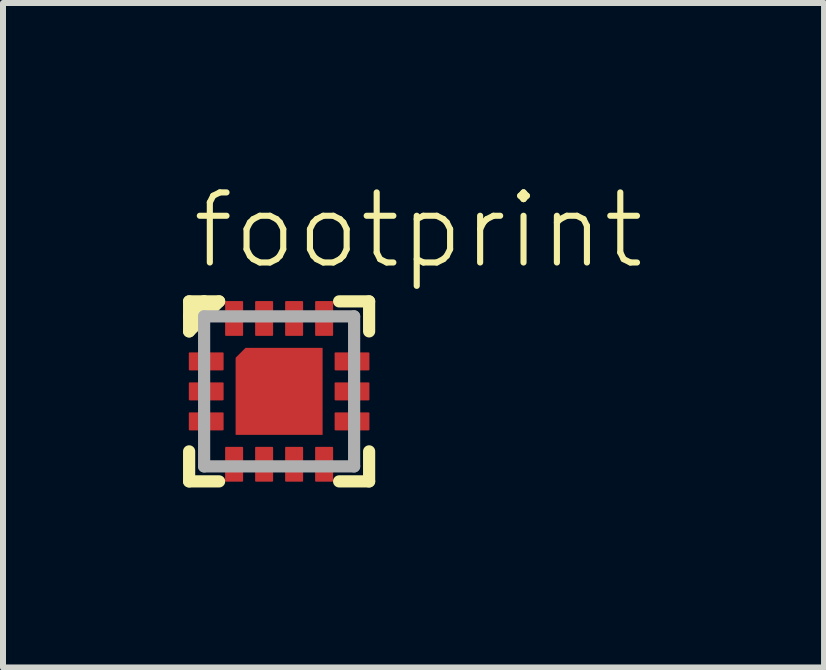
<source format=kicad_pcb>
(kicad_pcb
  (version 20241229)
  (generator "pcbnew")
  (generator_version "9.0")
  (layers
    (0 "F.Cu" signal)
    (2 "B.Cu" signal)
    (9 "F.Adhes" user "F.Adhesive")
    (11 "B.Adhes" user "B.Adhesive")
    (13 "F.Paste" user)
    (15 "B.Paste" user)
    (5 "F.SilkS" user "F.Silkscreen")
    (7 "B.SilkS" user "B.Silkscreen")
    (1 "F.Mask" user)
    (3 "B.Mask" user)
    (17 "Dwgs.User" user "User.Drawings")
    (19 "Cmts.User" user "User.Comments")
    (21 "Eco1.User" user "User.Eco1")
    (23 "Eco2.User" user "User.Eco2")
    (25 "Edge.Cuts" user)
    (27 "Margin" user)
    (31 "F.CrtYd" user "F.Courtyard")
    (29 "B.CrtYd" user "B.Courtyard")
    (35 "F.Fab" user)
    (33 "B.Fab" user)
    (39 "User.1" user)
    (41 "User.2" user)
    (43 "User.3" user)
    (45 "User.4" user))
  (footprint "footprint"
    (layer "F.Cu")
    (at 1.602 3.473)
    (property "Reference" "footprint" (at -1.5 -2 0) (layer "F.SilkS") (effects (font (size 1.168 1.168) (thickness 0.102)) (justify left bottom)))
    (fp_poly (pts (xy 0.725 0.725) (xy -0.725 0.725) (xy -0.725 -0.56) (xy -0.56 -0.725) (xy 0.725 -0.725)) (stroke (width 0) (type solid)) (fill yes) (layer "F.Cu"))
    (fp_poly (pts (xy 0.725 0.725) (xy -0.725 0.725) (xy -0.725 -0.56) (xy -0.56 -0.725) (xy 0.725 -0.725)) (stroke (width 0) (type solid)) (fill yes) (layer "F.Mask"))
    (fp_poly (pts (xy -0.88 -0.64) (xy -0.88 -0.36) (xy -0.935 -0.305) (xy -1.495 -0.305) (xy -1.55 -0.36) (xy -1.55 -0.64) (xy -1.495 -0.695) (xy -0.935 -0.695)) (stroke (width 0) (type solid)) (fill yes) (layer "F.Mask"))
    (fp_poly (pts (xy -0.88 -0.14) (xy -0.88 0.14) (xy -0.935 0.195) (xy -1.495 0.195) (xy -1.55 0.14) (xy -1.55 -0.14) (xy -1.495 -0.195) (xy -0.935 -0.195)) (stroke (width 0) (type solid)) (fill yes) (layer "F.Mask"))
    (fp_poly (pts (xy -0.88 0.36) (xy -0.88 0.64) (xy -0.935 0.695) (xy -1.495 0.695) (xy -1.55 0.64) (xy -1.55 0.36) (xy -1.495 0.305) (xy -0.935 0.305)) (stroke (width 0) (type solid)) (fill yes) (layer "F.Mask"))
    (fp_poly (pts (xy -0.555 -1.495) (xy -0.555 -0.935) (xy -0.61 -0.88) (xy -0.89 -0.88) (xy -0.945 -0.935) (xy -0.945 -1.495) (xy -0.89 -1.55) (xy -0.61 -1.55)) (stroke (width 0) (type solid)) (fill yes) (layer "F.Mask"))
    (fp_poly (pts (xy -0.555 0.935) (xy -0.555 1.495) (xy -0.61 1.55) (xy -0.89 1.55) (xy -0.945 1.495) (xy -0.945 0.935) (xy -0.89 0.88) (xy -0.61 0.88)) (stroke (width 0) (type solid)) (fill yes) (layer "F.Mask"))
    (fp_poly (pts (xy -0.055 -1.495) (xy -0.055 -0.935) (xy -0.11 -0.88) (xy -0.39 -0.88) (xy -0.445 -0.935) (xy -0.445 -1.495) (xy -0.39 -1.55) (xy -0.11 -1.55)) (stroke (width 0) (type solid)) (fill yes) (layer "F.Mask"))
    (fp_poly (pts (xy -0.055 0.935) (xy -0.055 1.495) (xy -0.11 1.55) (xy -0.39 1.55) (xy -0.445 1.495) (xy -0.445 0.935) (xy -0.39 0.88) (xy -0.11 0.88)) (stroke (width 0) (type solid)) (fill yes) (layer "F.Mask"))
    (fp_poly (pts (xy 0.445 -1.495) (xy 0.445 -0.935) (xy 0.39 -0.88) (xy 0.11 -0.88) (xy 0.055 -0.935) (xy 0.055 -1.495) (xy 0.11 -1.55) (xy 0.39 -1.55)) (stroke (width 0) (type solid)) (fill yes) (layer "F.Mask"))
    (fp_poly (pts (xy 0.445 0.935) (xy 0.445 1.495) (xy 0.39 1.55) (xy 0.11 1.55) (xy 0.055 1.495) (xy 0.055 0.935) (xy 0.11 0.88) (xy 0.39 0.88)) (stroke (width 0) (type solid)) (fill yes) (layer "F.Mask"))
    (fp_poly (pts (xy 0.945 -1.495) (xy 0.945 -0.935) (xy 0.89 -0.88) (xy 0.61 -0.88) (xy 0.555 -0.935) (xy 0.555 -1.495) (xy 0.61 -1.55) (xy 0.89 -1.55)) (stroke (width 0) (type solid)) (fill yes) (layer "F.Mask"))
    (fp_poly (pts (xy 0.945 0.935) (xy 0.945 1.495) (xy 0.89 1.55) (xy 0.61 1.55) (xy 0.555 1.495) (xy 0.555 0.935) (xy 0.61 0.88) (xy 0.89 0.88)) (stroke (width 0) (type solid)) (fill yes) (layer "F.Mask"))
    (fp_poly (pts (xy 1.55 -0.64) (xy 1.55 -0.36) (xy 1.495 -0.305) (xy 0.935 -0.305) (xy 0.88 -0.36) (xy 0.88 -0.64) (xy 0.935 -0.695) (xy 1.495 -0.695)) (stroke (width 0) (type solid)) (fill yes) (layer "F.Mask"))
    (fp_poly (pts (xy 1.55 -0.14) (xy 1.55 0.14) (xy 1.495 0.195) (xy 0.935 0.195) (xy 0.88 0.14) (xy 0.88 -0.14) (xy 0.935 -0.195) (xy 1.495 -0.195)) (stroke (width 0) (type solid)) (fill yes) (layer "F.Mask"))
    (fp_poly (pts (xy 1.55 0.36) (xy 1.55 0.64) (xy 1.495 0.695) (xy 0.935 0.695) (xy 0.88 0.64) (xy 0.88 0.36) (xy 0.935 0.305) (xy 1.495 0.305)) (stroke (width 0) (type solid)) (fill yes) (layer "F.Mask"))
    (fp_line (start -1.5 -1.5) (end -1.25 -1.5) (stroke (width 0.203) (type solid)) (layer "F.SilkS"))
    (fp_line (start -1.5 -1.25) (end -1.5 -1.5) (stroke (width 0.203) (type solid)) (layer "F.SilkS"))
    (fp_line (start -1.5 -1.25) (end -1.25 -1.5) (stroke (width 0.203) (type solid)) (layer "F.SilkS"))
    (fp_line (start -1.5 -1) (end -1.5 -1.25) (stroke (width 0.203) (type solid)) (layer "F.SilkS"))
    (fp_line (start -1.5 1) (end -1.5 1.5) (stroke (width 0.203) (type solid)) (layer "F.SilkS"))
    (fp_line (start -1.5 1.5) (end -1 1.5) (stroke (width 0.203) (type solid)) (layer "F.SilkS"))
    (fp_line (start -1.25 -1.5) (end -1 -1.5) (stroke (width 0.203) (type solid)) (layer "F.SilkS"))
    (fp_line (start -1 -1.5) (end -1.5 -1) (stroke (width 0.203) (type solid)) (layer "F.SilkS"))
    (fp_line (start 1 -1.5) (end 1.5 -1.5) (stroke (width 0.203) (type solid)) (layer "F.SilkS"))
    (fp_line (start 1 1.5) (end 1.5 1.5) (stroke (width 0.203) (type solid)) (layer "F.SilkS"))
    (fp_line (start 1.5 -1.5) (end 1.5 -1) (stroke (width 0.203) (type solid)) (layer "F.SilkS"))
    (fp_line (start 1.5 1.5) (end 1.5 1) (stroke (width 0.203) (type solid)) (layer "F.SilkS"))
    (fp_poly (pts (xy -0.5 -0.1) (xy -0.1 -0.1) (xy -0.1 -0.5) (xy -0.5 -0.5)) (stroke (width 0) (type solid)) (fill yes) (layer "F.Paste"))
    (fp_poly (pts (xy -0.5 0.5) (xy -0.1 0.5) (xy -0.1 0.1) (xy -0.5 0.1)) (stroke (width 0) (type solid)) (fill yes) (layer "F.Paste"))
    (fp_poly (pts (xy 0.1 -0.1) (xy 0.5 -0.1) (xy 0.5 -0.5) (xy 0.1 -0.5)) (stroke (width 0) (type solid)) (fill yes) (layer "F.Paste"))
    (fp_poly (pts (xy 0.1 0.5) (xy 0.5 0.5) (xy 0.5 0.1) (xy 0.1 0.1)) (stroke (width 0) (type solid)) (fill yes) (layer "F.Paste"))
    (fp_line (start -1.25 -1.25) (end 1.25 -1.25) (stroke (width 0.203) (type solid)) (layer "F.Fab"))
    (fp_line (start -1.25 1.25) (end -1.25 -1.25) (stroke (width 0.203) (type solid)) (layer "F.Fab"))
    (fp_line (start 1.25 -1.25) (end 1.25 1.25) (stroke (width 0.203) (type solid)) (layer "F.Fab"))
    (fp_line (start 1.25 1.25) (end -1.25 1.25) (stroke (width 0.203) (type solid)) (layer "F.Fab"))
    (pad "1" smd roundrect (at -1.215 -0.5 270) (size 0.3 0.58) (layers "F.Cu" "F.Paste") (roundrect_rratio 0.05))
    (pad "2" smd roundrect (at -1.215 0 270) (size 0.3 0.58) (layers "F.Cu" "F.Paste") (roundrect_rratio 0.05))
    (pad "3" smd roundrect (at -1.215 0.5 270) (size 0.3 0.58) (layers "F.Cu" "F.Paste") (roundrect_rratio 0.05))
    (pad "4" smd roundrect (at -0.75 1.215) (size 0.3 0.58) (layers "F.Cu" "F.Paste") (roundrect_rratio 0.05))
    (pad "5" smd roundrect (at -0.25 1.215) (size 0.3 0.58) (layers "F.Cu" "F.Paste") (roundrect_rratio 0.05))
    (pad "6" smd roundrect (at 0.25 1.215) (size 0.3 0.58) (layers "F.Cu" "F.Paste") (roundrect_rratio 0.05))
    (pad "7" smd roundrect (at 0.75 1.215) (size 0.3 0.58) (layers "F.Cu" "F.Paste") (roundrect_rratio 0.05))
    (pad "8" smd roundrect (at 1.215 0.5 90) (size 0.3 0.58) (layers "F.Cu" "F.Paste") (roundrect_rratio 0.05))
    (pad "9" smd roundrect (at 1.215 0 90) (size 0.3 0.58) (layers "F.Cu" "F.Paste") (roundrect_rratio 0.05))
    (pad "10" smd roundrect (at 1.215 -0.5 90) (size 0.3 0.58) (layers "F.Cu" "F.Paste") (roundrect_rratio 0.05))
    (pad "11" smd roundrect (at 0.75 -1.215 180) (size 0.3 0.58) (layers "F.Cu" "F.Paste") (roundrect_rratio 0.05))
    (pad "12" smd roundrect (at 0.25 -1.215 180) (size 0.3 0.58) (layers "F.Cu" "F.Paste") (roundrect_rratio 0.05))
    (pad "13" smd roundrect (at -0.25 -1.215 180) (size 0.3 0.58) (layers "F.Cu" "F.Paste") (roundrect_rratio 0.05))
    (pad "14" smd roundrect (at -0.75 -1.215 180) (size 0.3 0.58) (layers "F.Cu" "F.Paste") (roundrect_rratio 0.05))
    (pad "PAD" smd rect (at 0 0) (size 0.25 0.25) (layers "F.Cu")))
  (gr_rect
    (start -3 -3)
    (end 10.684 8.075)
    (stroke (width 0.1) (type default))
    (fill no)
    (layer "Edge.Cuts")))
</source>
